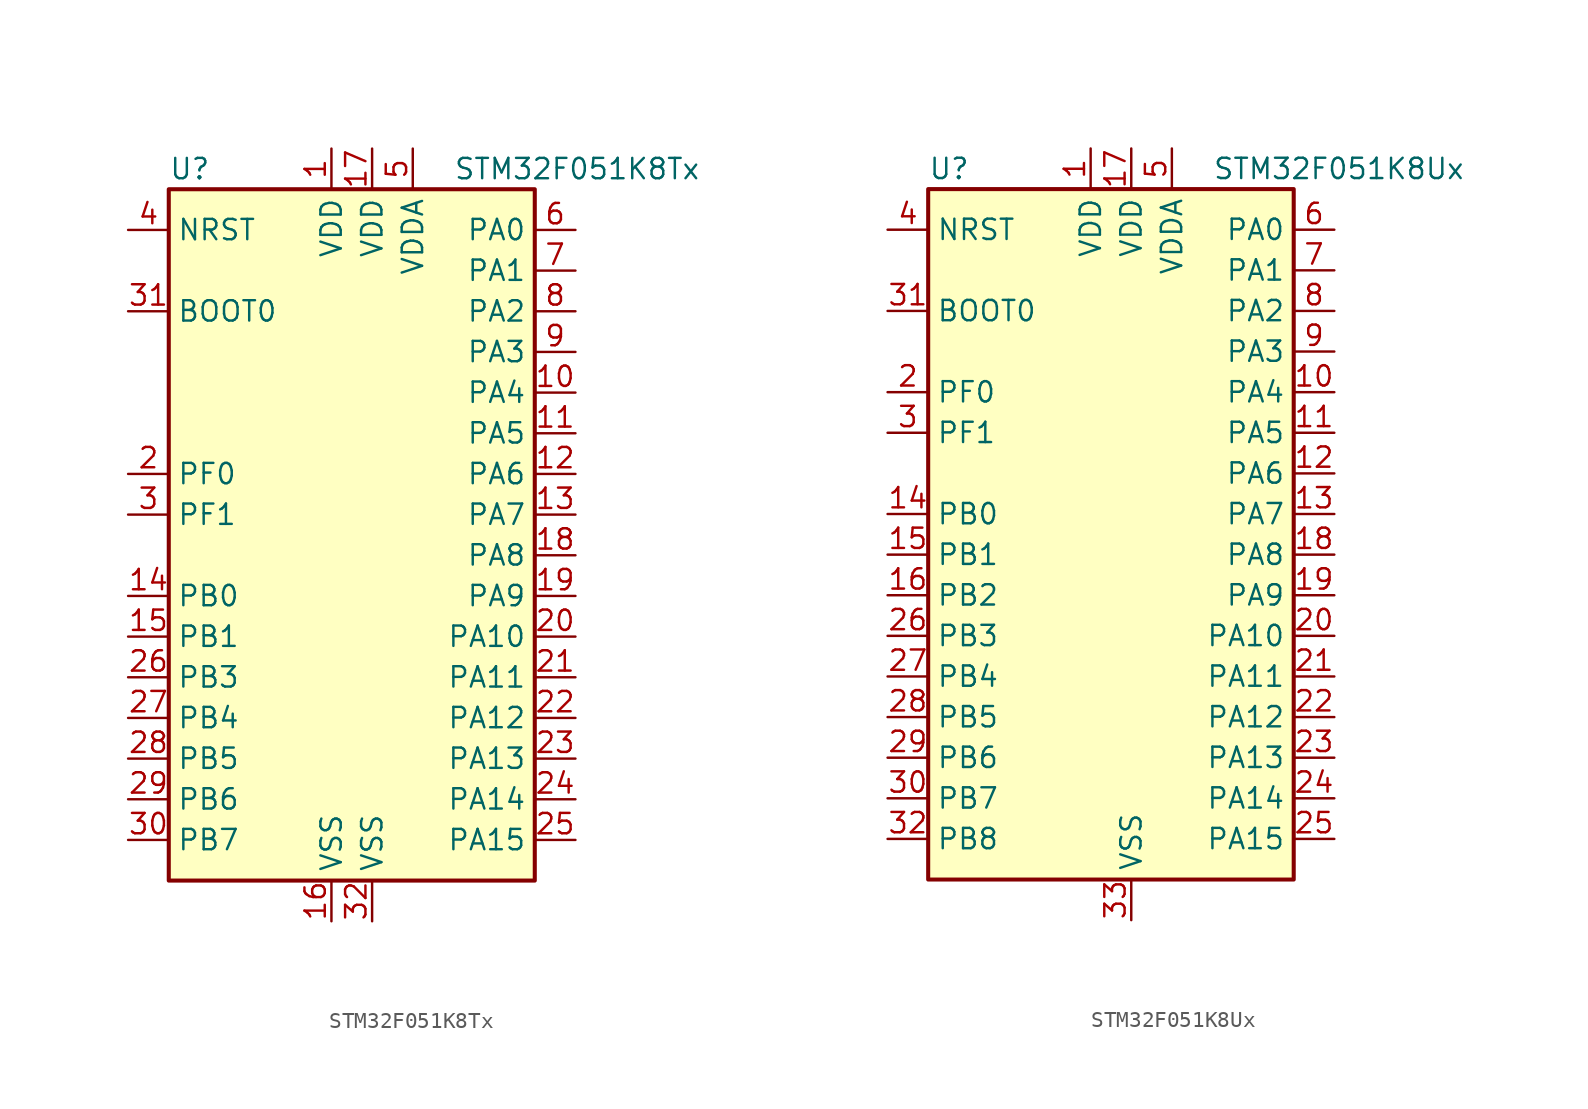
<source format=kicad_sym>
(kicad_symbol_lib
  (version 20201005)
  (generator kicad_symbol_editor)
  (symbol "STM32F051K8Tx"
    (property "Reference" "U"
      (at -12.7 21.59 0)
      (effects (font (size 1.27 1.27)) (justify left)))
    (property "Value" "STM32F051K8Tx"
      (at 5.08 21.59 0)
      (effects (font (size 1.27 1.27)) (justify left)))
    (symbol "STM32F051K8Tx_0_1"
      (rectangle (start -12.7 -22.86) (end 10.16 20.32) (stroke (width 0.254)) (fill (type background))))
    (symbol "STM32F051K8Tx_1_1"
      (pin power_in line (at -2.54 22.86 270) (length 2.54) (name "VDD" (effects (font (size 1.27 1.27)))) (number "1" (effects (font (size 1.27 1.27)))))
      (pin bidirectional line (at 12.7 7.62 180) (length 2.54) (name "PA4" (effects (font (size 1.27 1.27)))) (number "10" (effects (font (size 1.27 1.27)))))
      (pin bidirectional line (at 12.7 5.08 180) (length 2.54) (name "PA5" (effects (font (size 1.27 1.27)))) (number "11" (effects (font (size 1.27 1.27)))))
      (pin bidirectional line (at 12.7 2.54 180) (length 2.54) (name "PA6" (effects (font (size 1.27 1.27)))) (number "12" (effects (font (size 1.27 1.27)))))
      (pin bidirectional line (at 12.7 0 180) (length 2.54) (name "PA7" (effects (font (size 1.27 1.27)))) (number "13" (effects (font (size 1.27 1.27)))))
      (pin bidirectional line (at -15.24 -5.08 0) (length 2.54) (name "PB0" (effects (font (size 1.27 1.27)))) (number "14" (effects (font (size 1.27 1.27)))))
      (pin bidirectional line (at -15.24 -7.62 0) (length 2.54) (name "PB1" (effects (font (size 1.27 1.27)))) (number "15" (effects (font (size 1.27 1.27)))))
      (pin power_in line (at -2.54 -25.4 90) (length 2.54) (name "VSS" (effects (font (size 1.27 1.27)))) (number "16" (effects (font (size 1.27 1.27)))))
      (pin power_in line (at 0 22.86 270) (length 2.54) (name "VDD" (effects (font (size 1.27 1.27)))) (number "17" (effects (font (size 1.27 1.27)))))
      (pin bidirectional line (at 12.7 -2.54 180) (length 2.54) (name "PA8" (effects (font (size 1.27 1.27)))) (number "18" (effects (font (size 1.27 1.27)))))
      (pin bidirectional line (at 12.7 -5.08 180) (length 2.54) (name "PA9" (effects (font (size 1.27 1.27)))) (number "19" (effects (font (size 1.27 1.27)))))
      (pin input line (at -15.24 2.54 0) (length 2.54) (name "PF0" (effects (font (size 1.27 1.27)))) (number "2" (effects (font (size 1.27 1.27)))))
      (pin bidirectional line (at 12.7 -7.62 180) (length 2.54) (name "PA10" (effects (font (size 1.27 1.27)))) (number "20" (effects (font (size 1.27 1.27)))))
      (pin bidirectional line (at 12.7 -10.16 180) (length 2.54) (name "PA11" (effects (font (size 1.27 1.27)))) (number "21" (effects (font (size 1.27 1.27)))))
      (pin bidirectional line (at 12.7 -12.7 180) (length 2.54) (name "PA12" (effects (font (size 1.27 1.27)))) (number "22" (effects (font (size 1.27 1.27)))))
      (pin bidirectional line (at 12.7 -15.24 180) (length 2.54) (name "PA13" (effects (font (size 1.27 1.27)))) (number "23" (effects (font (size 1.27 1.27)))))
      (pin bidirectional line (at 12.7 -17.78 180) (length 2.54) (name "PA14" (effects (font (size 1.27 1.27)))) (number "24" (effects (font (size 1.27 1.27)))))
      (pin bidirectional line (at 12.7 -20.32 180) (length 2.54) (name "PA15" (effects (font (size 1.27 1.27)))) (number "25" (effects (font (size 1.27 1.27)))))
      (pin bidirectional line (at -15.24 -10.16 0) (length 2.54) (name "PB3" (effects (font (size 1.27 1.27)))) (number "26" (effects (font (size 1.27 1.27)))))
      (pin bidirectional line (at -15.24 -12.7 0) (length 2.54) (name "PB4" (effects (font (size 1.27 1.27)))) (number "27" (effects (font (size 1.27 1.27)))))
      (pin bidirectional line (at -15.24 -15.24 0) (length 2.54) (name "PB5" (effects (font (size 1.27 1.27)))) (number "28" (effects (font (size 1.27 1.27)))))
      (pin bidirectional line (at -15.24 -17.78 0) (length 2.54) (name "PB6" (effects (font (size 1.27 1.27)))) (number "29" (effects (font (size 1.27 1.27)))))
      (pin input line (at -15.24 0 0) (length 2.54) (name "PF1" (effects (font (size 1.27 1.27)))) (number "3" (effects (font (size 1.27 1.27)))))
      (pin bidirectional line (at -15.24 -20.32 0) (length 2.54) (name "PB7" (effects (font (size 1.27 1.27)))) (number "30" (effects (font (size 1.27 1.27)))))
      (pin input line (at -15.24 12.7 0) (length 2.54) (name "BOOT0" (effects (font (size 1.27 1.27)))) (number "31" (effects (font (size 1.27 1.27)))))
      (pin power_in line (at 0 -25.4 90) (length 2.54) (name "VSS" (effects (font (size 1.27 1.27)))) (number "32" (effects (font (size 1.27 1.27)))))
      (pin input line (at -15.24 17.78 0) (length 2.54) (name "NRST" (effects (font (size 1.27 1.27)))) (number "4" (effects (font (size 1.27 1.27)))))
      (pin power_in line (at 2.54 22.86 270) (length 2.54) (name "VDDA" (effects (font (size 1.27 1.27)))) (number "5" (effects (font (size 1.27 1.27)))))
      (pin bidirectional line (at 12.7 17.78 180) (length 2.54) (name "PA0" (effects (font (size 1.27 1.27)))) (number "6" (effects (font (size 1.27 1.27)))))
      (pin bidirectional line (at 12.7 15.24 180) (length 2.54) (name "PA1" (effects (font (size 1.27 1.27)))) (number "7" (effects (font (size 1.27 1.27)))))
      (pin bidirectional line (at 12.7 12.7 180) (length 2.54) (name "PA2" (effects (font (size 1.27 1.27)))) (number "8" (effects (font (size 1.27 1.27)))))
      (pin bidirectional line (at 12.7 10.16 180) (length 2.54) (name "PA3" (effects (font (size 1.27 1.27)))) (number "9" (effects (font (size 1.27 1.27)))))))
  (symbol "STM32F051K8Ux"
    (property "Reference" "U"
      (at -12.7 21.59 0)
      (effects (font (size 1.27 1.27)) (justify left)))
    (property "Value" "STM32F051K8Ux"
      (at 5.08 21.59 0)
      (effects (font (size 1.27 1.27)) (justify left)))
    (symbol "STM32F051K8Ux_0_1"
      (rectangle (start -12.7 -22.86) (end 10.16 20.32) (stroke (width 0.254)) (fill (type background))))
    (symbol "STM32F051K8Ux_1_1"
      (pin power_in line (at -2.54 22.86 270) (length 2.54) (name "VDD" (effects (font (size 1.27 1.27)))) (number "1" (effects (font (size 1.27 1.27)))))
      (pin bidirectional line (at 12.7 7.62 180) (length 2.54) (name "PA4" (effects (font (size 1.27 1.27)))) (number "10" (effects (font (size 1.27 1.27)))))
      (pin bidirectional line (at 12.7 5.08 180) (length 2.54) (name "PA5" (effects (font (size 1.27 1.27)))) (number "11" (effects (font (size 1.27 1.27)))))
      (pin bidirectional line (at 12.7 2.54 180) (length 2.54) (name "PA6" (effects (font (size 1.27 1.27)))) (number "12" (effects (font (size 1.27 1.27)))))
      (pin bidirectional line (at 12.7 0 180) (length 2.54) (name "PA7" (effects (font (size 1.27 1.27)))) (number "13" (effects (font (size 1.27 1.27)))))
      (pin bidirectional line (at -15.24 0 0) (length 2.54) (name "PB0" (effects (font (size 1.27 1.27)))) (number "14" (effects (font (size 1.27 1.27)))))
      (pin bidirectional line (at -15.24 -2.54 0) (length 2.54) (name "PB1" (effects (font (size 1.27 1.27)))) (number "15" (effects (font (size 1.27 1.27)))))
      (pin bidirectional line (at -15.24 -5.08 0) (length 2.54) (name "PB2" (effects (font (size 1.27 1.27)))) (number "16" (effects (font (size 1.27 1.27)))))
      (pin power_in line (at 0 22.86 270) (length 2.54) (name "VDD" (effects (font (size 1.27 1.27)))) (number "17" (effects (font (size 1.27 1.27)))))
      (pin bidirectional line (at 12.7 -2.54 180) (length 2.54) (name "PA8" (effects (font (size 1.27 1.27)))) (number "18" (effects (font (size 1.27 1.27)))))
      (pin bidirectional line (at 12.7 -5.08 180) (length 2.54) (name "PA9" (effects (font (size 1.27 1.27)))) (number "19" (effects (font (size 1.27 1.27)))))
      (pin input line (at -15.24 7.62 0) (length 2.54) (name "PF0" (effects (font (size 1.27 1.27)))) (number "2" (effects (font (size 1.27 1.27)))))
      (pin bidirectional line (at 12.7 -7.62 180) (length 2.54) (name "PA10" (effects (font (size 1.27 1.27)))) (number "20" (effects (font (size 1.27 1.27)))))
      (pin bidirectional line (at 12.7 -10.16 180) (length 2.54) (name "PA11" (effects (font (size 1.27 1.27)))) (number "21" (effects (font (size 1.27 1.27)))))
      (pin bidirectional line (at 12.7 -12.7 180) (length 2.54) (name "PA12" (effects (font (size 1.27 1.27)))) (number "22" (effects (font (size 1.27 1.27)))))
      (pin bidirectional line (at 12.7 -15.24 180) (length 2.54) (name "PA13" (effects (font (size 1.27 1.27)))) (number "23" (effects (font (size 1.27 1.27)))))
      (pin bidirectional line (at 12.7 -17.78 180) (length 2.54) (name "PA14" (effects (font (size 1.27 1.27)))) (number "24" (effects (font (size 1.27 1.27)))))
      (pin bidirectional line (at 12.7 -20.32 180) (length 2.54) (name "PA15" (effects (font (size 1.27 1.27)))) (number "25" (effects (font (size 1.27 1.27)))))
      (pin bidirectional line (at -15.24 -7.62 0) (length 2.54) (name "PB3" (effects (font (size 1.27 1.27)))) (number "26" (effects (font (size 1.27 1.27)))))
      (pin bidirectional line (at -15.24 -10.16 0) (length 2.54) (name "PB4" (effects (font (size 1.27 1.27)))) (number "27" (effects (font (size 1.27 1.27)))))
      (pin bidirectional line (at -15.24 -12.7 0) (length 2.54) (name "PB5" (effects (font (size 1.27 1.27)))) (number "28" (effects (font (size 1.27 1.27)))))
      (pin bidirectional line (at -15.24 -15.24 0) (length 2.54) (name "PB6" (effects (font (size 1.27 1.27)))) (number "29" (effects (font (size 1.27 1.27)))))
      (pin input line (at -15.24 5.08 0) (length 2.54) (name "PF1" (effects (font (size 1.27 1.27)))) (number "3" (effects (font (size 1.27 1.27)))))
      (pin bidirectional line (at -15.24 -17.78 0) (length 2.54) (name "PB7" (effects (font (size 1.27 1.27)))) (number "30" (effects (font (size 1.27 1.27)))))
      (pin input line (at -15.24 12.7 0) (length 2.54) (name "BOOT0" (effects (font (size 1.27 1.27)))) (number "31" (effects (font (size 1.27 1.27)))))
      (pin bidirectional line (at -15.24 -20.32 0) (length 2.54) (name "PB8" (effects (font (size 1.27 1.27)))) (number "32" (effects (font (size 1.27 1.27)))))
      (pin power_in line (at 0 -25.4 90) (length 2.54) (name "VSS" (effects (font (size 1.27 1.27)))) (number "33" (effects (font (size 1.27 1.27)))))
      (pin input line (at -15.24 17.78 0) (length 2.54) (name "NRST" (effects (font (size 1.27 1.27)))) (number "4" (effects (font (size 1.27 1.27)))))
      (pin power_in line (at 2.54 22.86 270) (length 2.54) (name "VDDA" (effects (font (size 1.27 1.27)))) (number "5" (effects (font (size 1.27 1.27)))))
      (pin bidirectional line (at 12.7 17.78 180) (length 2.54) (name "PA0" (effects (font (size 1.27 1.27)))) (number "6" (effects (font (size 1.27 1.27)))))
      (pin bidirectional line (at 12.7 15.24 180) (length 2.54) (name "PA1" (effects (font (size 1.27 1.27)))) (number "7" (effects (font (size 1.27 1.27)))))
      (pin bidirectional line (at 12.7 12.7 180) (length 2.54) (name "PA2" (effects (font (size 1.27 1.27)))) (number "8" (effects (font (size 1.27 1.27)))))
      (pin bidirectional line (at 12.7 10.16 180) (length 2.54) (name "PA3" (effects (font (size 1.27 1.27)))) (number "9" (effects (font (size 1.27 1.27))))))))
</source>
